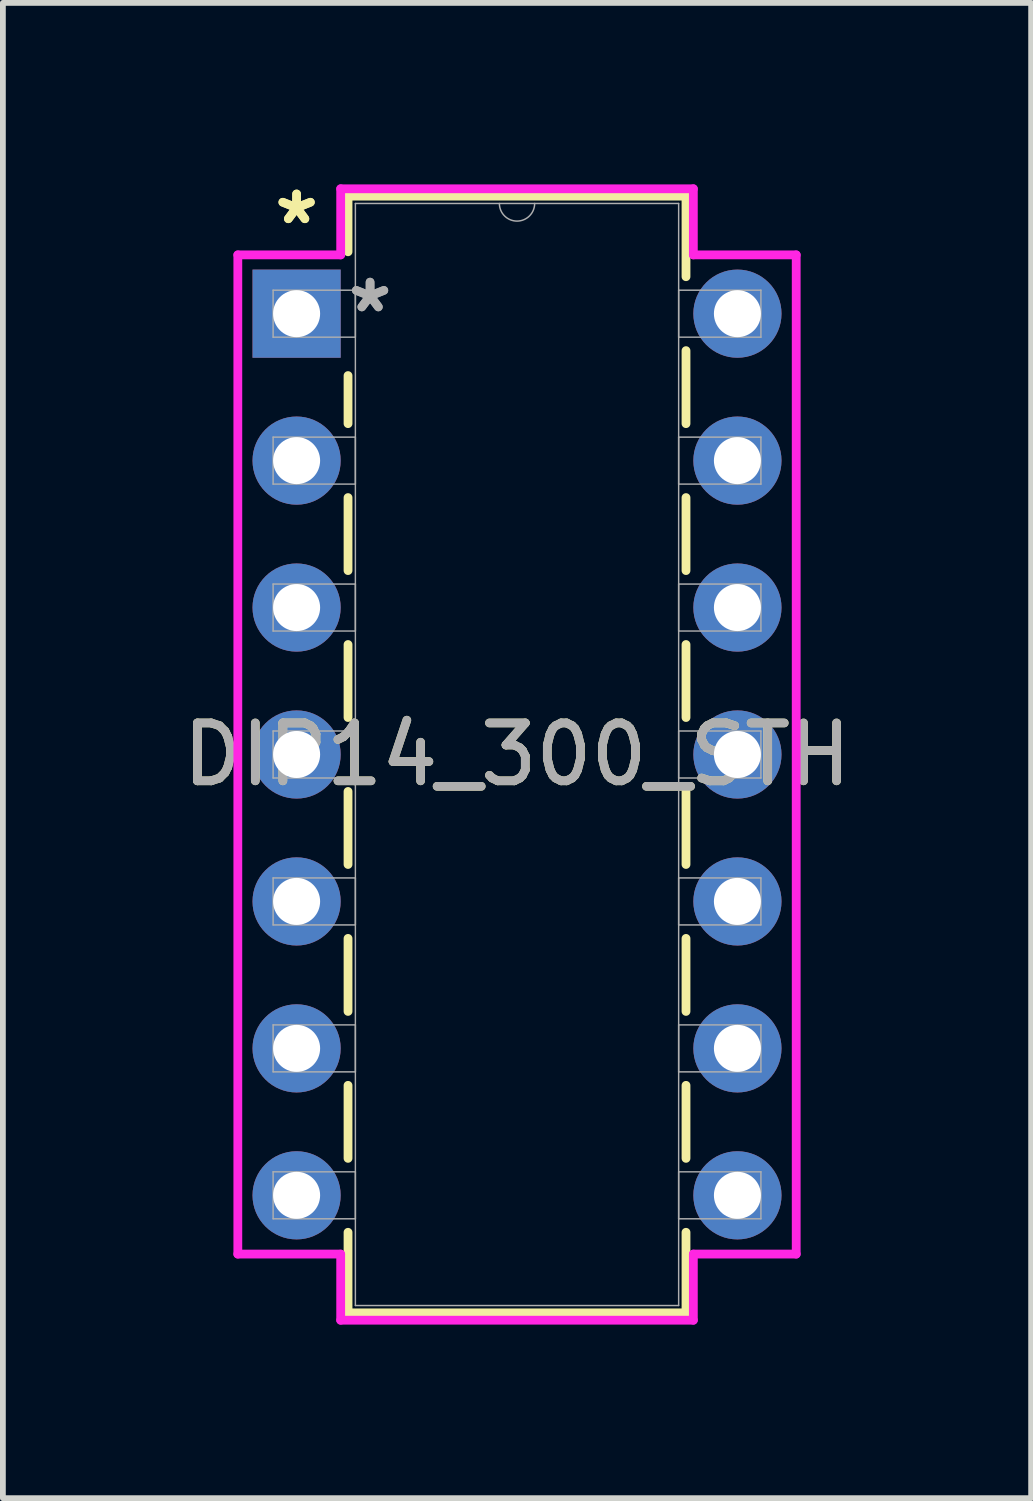
<source format=kicad_pcb>
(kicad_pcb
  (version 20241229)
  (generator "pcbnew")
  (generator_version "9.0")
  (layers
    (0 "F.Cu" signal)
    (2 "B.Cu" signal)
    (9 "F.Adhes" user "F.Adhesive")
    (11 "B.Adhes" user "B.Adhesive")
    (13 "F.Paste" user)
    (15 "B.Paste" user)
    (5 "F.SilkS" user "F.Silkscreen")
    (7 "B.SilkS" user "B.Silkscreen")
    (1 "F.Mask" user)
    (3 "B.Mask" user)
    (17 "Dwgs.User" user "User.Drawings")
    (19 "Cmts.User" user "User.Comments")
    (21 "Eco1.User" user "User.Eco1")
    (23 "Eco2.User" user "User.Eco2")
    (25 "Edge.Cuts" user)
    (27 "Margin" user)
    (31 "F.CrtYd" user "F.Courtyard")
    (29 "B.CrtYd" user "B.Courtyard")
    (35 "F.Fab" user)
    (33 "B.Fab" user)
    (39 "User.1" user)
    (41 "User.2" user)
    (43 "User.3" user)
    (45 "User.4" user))
  (footprint "DIP14_300_STH"
    (layer "F.Cu")
    (at 2.077 2.372)
    (property "Reference" "DIP14_300_STH" (at 3.81 7.62 0) (unlocked yes) (layer "F.SilkS") (effects (font (size 1 1) (thickness 0.15))))
    (attr through_hole)
    (fp_line (start 0.889 -2.032) (end 0.889 -1.07) (stroke (width 0.152) (type solid)) (layer "F.SilkS"))
    (fp_line (start 0.889 1.07) (end 0.889 1.901) (stroke (width 0.152) (type solid)) (layer "F.SilkS"))
    (fp_line (start 0.889 3.179) (end 0.889 4.441) (stroke (width 0.152) (type solid)) (layer "F.SilkS"))
    (fp_line (start 0.889 5.719) (end 0.889 6.981) (stroke (width 0.152) (type solid)) (layer "F.SilkS"))
    (fp_line (start 0.889 8.259) (end 0.889 9.521) (stroke (width 0.152) (type solid)) (layer "F.SilkS"))
    (fp_line (start 0.889 10.799) (end 0.889 12.061) (stroke (width 0.152) (type solid)) (layer "F.SilkS"))
    (fp_line (start 0.889 13.339) (end 0.889 14.601) (stroke (width 0.152) (type solid)) (layer "F.SilkS"))
    (fp_line (start 0.889 15.879) (end 0.889 17.272) (stroke (width 0.152) (type solid)) (layer "F.SilkS"))
    (fp_line (start 0.889 17.272) (end 6.731 17.272) (stroke (width 0.152) (type solid)) (layer "F.SilkS"))
    (fp_line (start 6.731 -2.032) (end 0.889 -2.032) (stroke (width 0.152) (type solid)) (layer "F.SilkS"))
    (fp_line (start 6.731 -0.639) (end 6.731 -2.032) (stroke (width 0.152) (type solid)) (layer "F.SilkS"))
    (fp_line (start 6.731 1.901) (end 6.731 0.639) (stroke (width 0.152) (type solid)) (layer "F.SilkS"))
    (fp_line (start 6.731 4.441) (end 6.731 3.179) (stroke (width 0.152) (type solid)) (layer "F.SilkS"))
    (fp_line (start 6.731 6.981) (end 6.731 5.719) (stroke (width 0.152) (type solid)) (layer "F.SilkS"))
    (fp_line (start 6.731 9.521) (end 6.731 8.259) (stroke (width 0.152) (type solid)) (layer "F.SilkS"))
    (fp_line (start 6.731 12.061) (end 6.731 10.799) (stroke (width 0.152) (type solid)) (layer "F.SilkS"))
    (fp_line (start 6.731 14.601) (end 6.731 13.339) (stroke (width 0.152) (type solid)) (layer "F.SilkS"))
    (fp_line (start 6.731 17.272) (end 6.731 15.879) (stroke (width 0.152) (type solid)) (layer "F.SilkS"))
    (fp_line (start -1.016 -1.016) (end 0.762 -1.016) (stroke (width 0.152) (type solid)) (layer "F.CrtYd"))
    (fp_line (start -1.016 16.256) (end -1.016 -1.016) (stroke (width 0.152) (type solid)) (layer "F.CrtYd"))
    (fp_line (start 0.762 -2.159) (end 6.858 -2.159) (stroke (width 0.152) (type solid)) (layer "F.CrtYd"))
    (fp_line (start 0.762 -1.016) (end 0.762 -2.159) (stroke (width 0.152) (type solid)) (layer "F.CrtYd"))
    (fp_line (start 0.762 16.256) (end -1.016 16.256) (stroke (width 0.152) (type solid)) (layer "F.CrtYd"))
    (fp_line (start 0.762 17.399) (end 0.762 16.256) (stroke (width 0.152) (type solid)) (layer "F.CrtYd"))
    (fp_line (start 6.858 -2.159) (end 6.858 -1.016) (stroke (width 0.152) (type solid)) (layer "F.CrtYd"))
    (fp_line (start 6.858 16.256) (end 6.858 17.399) (stroke (width 0.152) (type solid)) (layer "F.CrtYd"))
    (fp_line (start 6.858 17.399) (end 0.762 17.399) (stroke (width 0.152) (type solid)) (layer "F.CrtYd"))
    (fp_line (start 8.636 -1.016) (end 6.858 -1.016) (stroke (width 0.152) (type solid)) (layer "F.CrtYd"))
    (fp_line (start 8.636 -1.016) (end 8.636 16.256) (stroke (width 0.152) (type solid)) (layer "F.CrtYd"))
    (fp_line (start 8.636 16.256) (end 6.858 16.256) (stroke (width 0.152) (type solid)) (layer "F.CrtYd"))
    (fp_line (start -0.406 -0.406) (end -0.406 0.406) (stroke (width 0.025) (type solid)) (layer "F.Fab"))
    (fp_line (start -0.406 0.406) (end 1.016 0.406) (stroke (width 0.025) (type solid)) (layer "F.Fab"))
    (fp_line (start -0.406 2.134) (end -0.406 2.946) (stroke (width 0.025) (type solid)) (layer "F.Fab"))
    (fp_line (start -0.406 2.946) (end 1.016 2.946) (stroke (width 0.025) (type solid)) (layer "F.Fab"))
    (fp_line (start -0.406 4.674) (end -0.406 5.486) (stroke (width 0.025) (type solid)) (layer "F.Fab"))
    (fp_line (start -0.406 5.486) (end 1.016 5.486) (stroke (width 0.025) (type solid)) (layer "F.Fab"))
    (fp_line (start -0.406 7.214) (end -0.406 8.026) (stroke (width 0.025) (type solid)) (layer "F.Fab"))
    (fp_line (start -0.406 8.026) (end 1.016 8.026) (stroke (width 0.025) (type solid)) (layer "F.Fab"))
    (fp_line (start -0.406 9.754) (end -0.406 10.566) (stroke (width 0.025) (type solid)) (layer "F.Fab"))
    (fp_line (start -0.406 10.566) (end 1.016 10.566) (stroke (width 0.025) (type solid)) (layer "F.Fab"))
    (fp_line (start -0.406 12.294) (end -0.406 13.106) (stroke (width 0.025) (type solid)) (layer "F.Fab"))
    (fp_line (start -0.406 13.106) (end 1.016 13.106) (stroke (width 0.025) (type solid)) (layer "F.Fab"))
    (fp_line (start -0.406 14.834) (end -0.406 15.646) (stroke (width 0.025) (type solid)) (layer "F.Fab"))
    (fp_line (start -0.406 15.646) (end 1.016 15.646) (stroke (width 0.025) (type solid)) (layer "F.Fab"))
    (fp_line (start 1.016 -1.905) (end 1.016 17.145) (stroke (width 0.025) (type solid)) (layer "F.Fab"))
    (fp_line (start 1.016 -0.406) (end -0.406 -0.406) (stroke (width 0.025) (type solid)) (layer "F.Fab"))
    (fp_line (start 1.016 0.406) (end 1.016 -0.406) (stroke (width 0.025) (type solid)) (layer "F.Fab"))
    (fp_line (start 1.016 2.134) (end -0.406 2.134) (stroke (width 0.025) (type solid)) (layer "F.Fab"))
    (fp_line (start 1.016 2.946) (end 1.016 2.134) (stroke (width 0.025) (type solid)) (layer "F.Fab"))
    (fp_line (start 1.016 4.674) (end -0.406 4.674) (stroke (width 0.025) (type solid)) (layer "F.Fab"))
    (fp_line (start 1.016 5.486) (end 1.016 4.674) (stroke (width 0.025) (type solid)) (layer "F.Fab"))
    (fp_line (start 1.016 7.214) (end -0.406 7.214) (stroke (width 0.025) (type solid)) (layer "F.Fab"))
    (fp_line (start 1.016 8.026) (end 1.016 7.214) (stroke (width 0.025) (type solid)) (layer "F.Fab"))
    (fp_line (start 1.016 9.754) (end -0.406 9.754) (stroke (width 0.025) (type solid)) (layer "F.Fab"))
    (fp_line (start 1.016 10.566) (end 1.016 9.754) (stroke (width 0.025) (type solid)) (layer "F.Fab"))
    (fp_line (start 1.016 12.294) (end -0.406 12.294) (stroke (width 0.025) (type solid)) (layer "F.Fab"))
    (fp_line (start 1.016 13.106) (end 1.016 12.294) (stroke (width 0.025) (type solid)) (layer "F.Fab"))
    (fp_line (start 1.016 14.834) (end -0.406 14.834) (stroke (width 0.025) (type solid)) (layer "F.Fab"))
    (fp_line (start 1.016 15.646) (end 1.016 14.834) (stroke (width 0.025) (type solid)) (layer "F.Fab"))
    (fp_line (start 1.016 17.145) (end 6.604 17.145) (stroke (width 0.025) (type solid)) (layer "F.Fab"))
    (fp_line (start 6.604 -1.905) (end 1.016 -1.905) (stroke (width 0.025) (type solid)) (layer "F.Fab"))
    (fp_line (start 6.604 -0.406) (end 6.604 0.406) (stroke (width 0.025) (type solid)) (layer "F.Fab"))
    (fp_line (start 6.604 0.406) (end 8.026 0.406) (stroke (width 0.025) (type solid)) (layer "F.Fab"))
    (fp_line (start 6.604 2.134) (end 6.604 2.946) (stroke (width 0.025) (type solid)) (layer "F.Fab"))
    (fp_line (start 6.604 2.946) (end 8.026 2.946) (stroke (width 0.025) (type solid)) (layer "F.Fab"))
    (fp_line (start 6.604 4.674) (end 6.604 5.486) (stroke (width 0.025) (type solid)) (layer "F.Fab"))
    (fp_line (start 6.604 5.486) (end 8.026 5.486) (stroke (width 0.025) (type solid)) (layer "F.Fab"))
    (fp_line (start 6.604 7.214) (end 6.604 8.026) (stroke (width 0.025) (type solid)) (layer "F.Fab"))
    (fp_line (start 6.604 8.026) (end 8.026 8.026) (stroke (width 0.025) (type solid)) (layer "F.Fab"))
    (fp_line (start 6.604 9.754) (end 6.604 10.566) (stroke (width 0.025) (type solid)) (layer "F.Fab"))
    (fp_line (start 6.604 10.566) (end 8.026 10.566) (stroke (width 0.025) (type solid)) (layer "F.Fab"))
    (fp_line (start 6.604 12.294) (end 6.604 13.106) (stroke (width 0.025) (type solid)) (layer "F.Fab"))
    (fp_line (start 6.604 13.106) (end 8.026 13.106) (stroke (width 0.025) (type solid)) (layer "F.Fab"))
    (fp_line (start 6.604 14.834) (end 6.604 15.646) (stroke (width 0.025) (type solid)) (layer "F.Fab"))
    (fp_line (start 6.604 15.646) (end 8.026 15.646) (stroke (width 0.025) (type solid)) (layer "F.Fab"))
    (fp_line (start 6.604 17.145) (end 6.604 -1.905) (stroke (width 0.025) (type solid)) (layer "F.Fab"))
    (fp_line (start 8.026 -0.406) (end 6.604 -0.406) (stroke (width 0.025) (type solid)) (layer "F.Fab"))
    (fp_line (start 8.026 0.406) (end 8.026 -0.406) (stroke (width 0.025) (type solid)) (layer "F.Fab"))
    (fp_line (start 8.026 2.134) (end 6.604 2.134) (stroke (width 0.025) (type solid)) (layer "F.Fab"))
    (fp_line (start 8.026 2.946) (end 8.026 2.134) (stroke (width 0.025) (type solid)) (layer "F.Fab"))
    (fp_line (start 8.026 4.674) (end 6.604 4.674) (stroke (width 0.025) (type solid)) (layer "F.Fab"))
    (fp_line (start 8.026 5.486) (end 8.026 4.674) (stroke (width 0.025) (type solid)) (layer "F.Fab"))
    (fp_line (start 8.026 7.214) (end 6.604 7.214) (stroke (width 0.025) (type solid)) (layer "F.Fab"))
    (fp_line (start 8.026 8.026) (end 8.026 7.214) (stroke (width 0.025) (type solid)) (layer "F.Fab"))
    (fp_line (start 8.026 9.754) (end 6.604 9.754) (stroke (width 0.025) (type solid)) (layer "F.Fab"))
    (fp_line (start 8.026 10.566) (end 8.026 9.754) (stroke (width 0.025) (type solid)) (layer "F.Fab"))
    (fp_line (start 8.026 12.294) (end 6.604 12.294) (stroke (width 0.025) (type solid)) (layer "F.Fab"))
    (fp_line (start 8.026 13.106) (end 8.026 12.294) (stroke (width 0.025) (type solid)) (layer "F.Fab"))
    (fp_line (start 8.026 14.834) (end 6.604 14.834) (stroke (width 0.025) (type solid)) (layer "F.Fab"))
    (fp_line (start 8.026 15.646) (end 8.026 14.834) (stroke (width 0.025) (type solid)) (layer "F.Fab"))
    (fp_arc (start 4.1148 -1.905) (mid 3.81 -1.6002) (end 3.5052 -1.905) (stroke (width 0.0254) (type solid)) (layer "F.Fab"))
    (fp_text user "*" (at 0 -1.524 0) (unlocked yes) (layer "F.SilkS") (effects (font (size 1 1) (thickness 0.15))))
    (fp_text user "*" (at 0 -1.524 0) (layer "F.SilkS") (effects (font (size 1 1) (thickness 0.15))))
    (fp_text user "*" (at 1.27 0 0) (unlocked yes) (layer "F.Fab") (effects (font (size 1 1) (thickness 0.15))))
    (fp_text user "*" (at 1.27 0 0) (layer "F.Fab") (effects (font (size 1 1) (thickness 0.15))))
    (fp_text user "${REFERENCE}" (at 3.81 7.62 0) (unlocked yes) (layer "F.Fab") (effects (font (size 1 1) (thickness 0.15))))
    (pad "1" thru_hole rect (at 0 0) (size 1.524 1.524) (drill 0.813) (layers "*.Cu" "*.Mask"))
    (pad "2" thru_hole circle (at 0 2.54) (size 1.524 1.524) (drill 0.813) (layers "*.Cu" "*.Mask"))
    (pad "3" thru_hole circle (at 0 5.08) (size 1.524 1.524) (drill 0.813) (layers "*.Cu" "*.Mask"))
    (pad "4" thru_hole circle (at 0 7.62) (size 1.524 1.524) (drill 0.813) (layers "*.Cu" "*.Mask"))
    (pad "5" thru_hole circle (at 0 10.16) (size 1.524 1.524) (drill 0.813) (layers "*.Cu" "*.Mask"))
    (pad "6" thru_hole circle (at 0 12.7) (size 1.524 1.524) (drill 0.813) (layers "*.Cu" "*.Mask"))
    (pad "7" thru_hole circle (at 0 15.24) (size 1.524 1.524) (drill 0.813) (layers "*.Cu" "*.Mask"))
    (pad "8" thru_hole circle (at 7.62 15.24) (size 1.524 1.524) (drill 0.813) (layers "*.Cu" "*.Mask"))
    (pad "9" thru_hole circle (at 7.62 12.7) (size 1.524 1.524) (drill 0.813) (layers "*.Cu" "*.Mask"))
    (pad "10" thru_hole circle (at 7.62 10.16) (size 1.524 1.524) (drill 0.813) (layers "*.Cu" "*.Mask"))
    (pad "11" thru_hole circle (at 7.62 7.62) (size 1.524 1.524) (drill 0.813) (layers "*.Cu" "*.Mask"))
    (pad "12" thru_hole circle (at 7.62 5.08) (size 1.524 1.524) (drill 0.813) (layers "*.Cu" "*.Mask"))
    (pad "13" thru_hole circle (at 7.62 2.54) (size 1.524 1.524) (drill 0.813) (layers "*.Cu" "*.Mask"))
    (pad "14" thru_hole circle (at 7.62 0) (size 1.524 1.524) (drill 0.813) (layers "*.Cu" "*.Mask")))
  (gr_rect
    (start -3 -3)
    (end 14.774 22.847)
    (stroke (width 0.1) (type default))
    (fill no)
    (layer "Edge.Cuts")))
</source>
